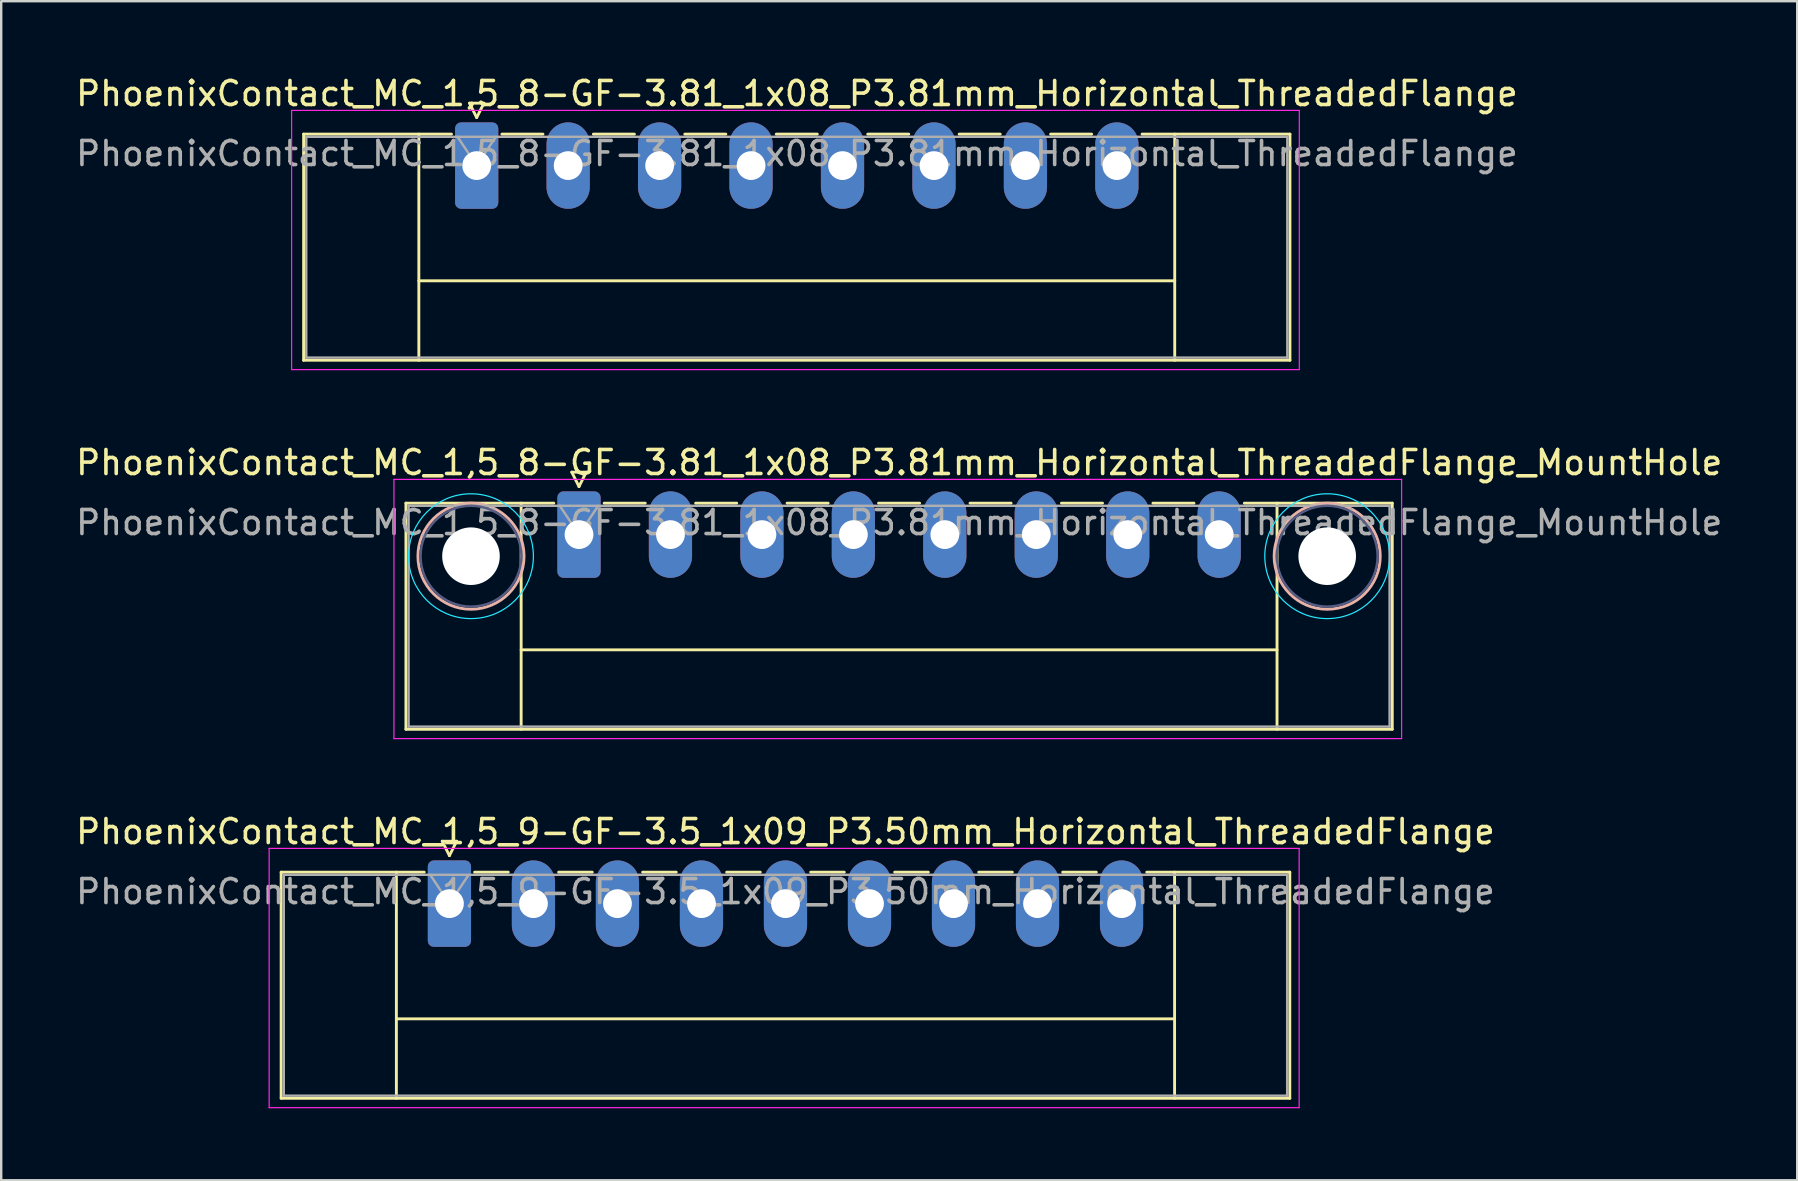
<source format=kicad_pcb>
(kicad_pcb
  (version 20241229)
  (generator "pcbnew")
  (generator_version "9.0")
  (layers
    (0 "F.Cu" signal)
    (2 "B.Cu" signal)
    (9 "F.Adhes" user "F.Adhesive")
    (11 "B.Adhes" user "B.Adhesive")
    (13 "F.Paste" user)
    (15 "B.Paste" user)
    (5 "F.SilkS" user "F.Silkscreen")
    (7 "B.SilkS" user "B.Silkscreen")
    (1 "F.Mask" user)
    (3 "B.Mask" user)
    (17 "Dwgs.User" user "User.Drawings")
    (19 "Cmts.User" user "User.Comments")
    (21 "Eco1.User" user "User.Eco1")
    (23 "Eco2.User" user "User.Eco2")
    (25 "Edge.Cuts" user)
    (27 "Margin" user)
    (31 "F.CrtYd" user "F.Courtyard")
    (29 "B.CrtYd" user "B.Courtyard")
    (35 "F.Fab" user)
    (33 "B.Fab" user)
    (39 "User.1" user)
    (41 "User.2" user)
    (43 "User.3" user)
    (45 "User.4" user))
  (footprint "PhoenixContact_MC_1,5_9-GF-3.5_1x09_P3.50mm_Horizontal_ThreadedFlange"
    (layer "F.Cu")
    (at 15.673 34.595)
    (property "Reference" "PhoenixContact_MC_1,5_9-GF-3.5_1x09_P3.50mm_Horizontal_ThreadedFlange" (at 14 -3 0) (layer "F.SilkS") (effects (font (size 1 1) (thickness 0.15))))
    (attr through_hole)
    (fp_line (start -7.01 -1.31) (end -7.01 8.11) (stroke (width 0.12) (type solid)) (layer "F.SilkS"))
    (fp_line (start -7.01 -1.31) (end -1.05 -1.31) (stroke (width 0.12) (type solid)) (layer "F.SilkS"))
    (fp_line (start -7.01 8.11) (end 35.01 8.11) (stroke (width 0.12) (type solid)) (layer "F.SilkS"))
    (fp_line (start -2.21 -1.31) (end -2.21 8.11) (stroke (width 0.12) (type solid)) (layer "F.SilkS"))
    (fp_line (start -2.21 4.8) (end 30.21 4.8) (stroke (width 0.12) (type solid)) (layer "F.SilkS"))
    (fp_line (start -0.3 -2.6) (end 0.3 -2.6) (stroke (width 0.12) (type solid)) (layer "F.SilkS"))
    (fp_line (start 0 -2) (end -0.3 -2.6) (stroke (width 0.12) (type solid)) (layer "F.SilkS"))
    (fp_line (start 0.3 -2.6) (end 0 -2) (stroke (width 0.12) (type solid)) (layer "F.SilkS"))
    (fp_line (start 1.05 -1.31) (end 2.45 -1.31) (stroke (width 0.12) (type solid)) (layer "F.SilkS"))
    (fp_line (start 4.55 -1.31) (end 5.95 -1.31) (stroke (width 0.12) (type solid)) (layer "F.SilkS"))
    (fp_line (start 8.05 -1.31) (end 9.45 -1.31) (stroke (width 0.12) (type solid)) (layer "F.SilkS"))
    (fp_line (start 11.55 -1.31) (end 12.95 -1.31) (stroke (width 0.12) (type solid)) (layer "F.SilkS"))
    (fp_line (start 15.05 -1.31) (end 16.45 -1.31) (stroke (width 0.12) (type solid)) (layer "F.SilkS"))
    (fp_line (start 18.55 -1.31) (end 19.95 -1.31) (stroke (width 0.12) (type solid)) (layer "F.SilkS"))
    (fp_line (start 22.05 -1.31) (end 23.45 -1.31) (stroke (width 0.12) (type solid)) (layer "F.SilkS"))
    (fp_line (start 25.55 -1.31) (end 26.95 -1.31) (stroke (width 0.12) (type solid)) (layer "F.SilkS"))
    (fp_line (start 30.21 -1.31) (end 30.21 8.11) (stroke (width 0.12) (type solid)) (layer "F.SilkS"))
    (fp_line (start 35.01 -1.31) (end 29.05 -1.31) (stroke (width 0.12) (type solid)) (layer "F.SilkS"))
    (fp_line (start 35.01 8.11) (end 35.01 -1.31) (stroke (width 0.12) (type solid)) (layer "F.SilkS"))
    (fp_line (start -7.51 -2.3) (end -7.51 8.5) (stroke (width 0.05) (type solid)) (layer "F.CrtYd"))
    (fp_line (start -7.51 8.5) (end 35.4 8.5) (stroke (width 0.05) (type solid)) (layer "F.CrtYd"))
    (fp_line (start 35.4 -2.3) (end -7.51 -2.3) (stroke (width 0.05) (type solid)) (layer "F.CrtYd"))
    (fp_line (start 35.4 8.5) (end 35.4 -2.3) (stroke (width 0.05) (type solid)) (layer "F.CrtYd"))
    (fp_line (start -6.9 -1.2) (end -6.9 8) (stroke (width 0.1) (type solid)) (layer "F.Fab"))
    (fp_line (start -6.9 8) (end 34.9 8) (stroke (width 0.1) (type solid)) (layer "F.Fab"))
    (fp_line (start 0 0) (end -0.8 -1.2) (stroke (width 0.1) (type solid)) (layer "F.Fab"))
    (fp_line (start 0.8 -1.2) (end 0 0) (stroke (width 0.1) (type solid)) (layer "F.Fab"))
    (fp_line (start 34.9 -1.2) (end -6.9 -1.2) (stroke (width 0.1) (type solid)) (layer "F.Fab"))
    (fp_line (start 34.9 8) (end 34.9 -1.2) (stroke (width 0.1) (type solid)) (layer "F.Fab"))
    (fp_text user "${REFERENCE}" (at 14 -0.5 0) (layer "F.Fab") (effects (font (size 1 1) (thickness 0.15))))
    (pad "1" thru_hole roundrect (at 0 0) (size 1.8 3.6) (drill 1.2) (layers "*.Cu" "*.Mask") (roundrect_rratio 0.139))
    (pad "2" thru_hole oval (at 3.5 0) (size 1.8 3.6) (drill 1.2) (layers "*.Cu" "*.Mask"))
    (pad "3" thru_hole oval (at 7 0) (size 1.8 3.6) (drill 1.2) (layers "*.Cu" "*.Mask"))
    (pad "4" thru_hole oval (at 10.5 0) (size 1.8 3.6) (drill 1.2) (layers "*.Cu" "*.Mask"))
    (pad "5" thru_hole oval (at 14 0) (size 1.8 3.6) (drill 1.2) (layers "*.Cu" "*.Mask"))
    (pad "6" thru_hole oval (at 17.5 0) (size 1.8 3.6) (drill 1.2) (layers "*.Cu" "*.Mask"))
    (pad "7" thru_hole oval (at 21 0) (size 1.8 3.6) (drill 1.2) (layers "*.Cu" "*.Mask"))
    (pad "8" thru_hole oval (at 24.5 0) (size 1.8 3.6) (drill 1.2) (layers "*.Cu" "*.Mask"))
    (pad "9" thru_hole oval (at 28 0) (size 1.8 3.6) (drill 1.2) (layers "*.Cu" "*.Mask")))
  (footprint "PhoenixContact_MC_1,5_8-GF-3.81_1x08_P3.81mm_Horizontal_ThreadedFlange_MountHole"
    (layer "F.Cu")
    (at 21.071 19.221)
    (property "Reference" "PhoenixContact_MC_1,5_8-GF-3.81_1x08_P3.81mm_Horizontal_ThreadedFlange_MountHole" (at 13.34 -3 0) (layer "F.SilkS") (effects (font (size 1 1) (thickness 0.15))))
    (attr through_hole)
    (fp_line (start -7.21 -1.31) (end -7.21 8.11) (stroke (width 0.12) (type solid)) (layer "F.SilkS"))
    (fp_line (start -7.21 -1.31) (end -1.05 -1.31) (stroke (width 0.12) (type solid)) (layer "F.SilkS"))
    (fp_line (start -7.21 8.11) (end 33.88 8.11) (stroke (width 0.12) (type solid)) (layer "F.SilkS"))
    (fp_line (start -2.41 -1.31) (end -2.41 8.11) (stroke (width 0.12) (type solid)) (layer "F.SilkS"))
    (fp_line (start -2.41 4.8) (end 29.08 4.8) (stroke (width 0.12) (type solid)) (layer "F.SilkS"))
    (fp_line (start -0.3 -2.6) (end 0.3 -2.6) (stroke (width 0.12) (type solid)) (layer "F.SilkS"))
    (fp_line (start 0 -2) (end -0.3 -2.6) (stroke (width 0.12) (type solid)) (layer "F.SilkS"))
    (fp_line (start 0.3 -2.6) (end 0 -2) (stroke (width 0.12) (type solid)) (layer "F.SilkS"))
    (fp_line (start 1.05 -1.31) (end 2.76 -1.31) (stroke (width 0.12) (type solid)) (layer "F.SilkS"))
    (fp_line (start 4.86 -1.31) (end 6.57 -1.31) (stroke (width 0.12) (type solid)) (layer "F.SilkS"))
    (fp_line (start 8.67 -1.31) (end 10.38 -1.31) (stroke (width 0.12) (type solid)) (layer "F.SilkS"))
    (fp_line (start 12.48 -1.31) (end 14.19 -1.31) (stroke (width 0.12) (type solid)) (layer "F.SilkS"))
    (fp_line (start 16.29 -1.31) (end 18 -1.31) (stroke (width 0.12) (type solid)) (layer "F.SilkS"))
    (fp_line (start 20.1 -1.31) (end 21.81 -1.31) (stroke (width 0.12) (type solid)) (layer "F.SilkS"))
    (fp_line (start 23.91 -1.31) (end 25.62 -1.31) (stroke (width 0.12) (type solid)) (layer "F.SilkS"))
    (fp_line (start 29.08 -1.31) (end 29.08 8.11) (stroke (width 0.12) (type solid)) (layer "F.SilkS"))
    (fp_line (start 33.88 -1.31) (end 27.72 -1.31) (stroke (width 0.12) (type solid)) (layer "F.SilkS"))
    (fp_line (start 33.88 8.11) (end 33.88 -1.31) (stroke (width 0.12) (type solid)) (layer "F.SilkS"))
    (fp_circle (center -4.5 0.9) (end -2.29 0.9) (stroke (width 0.12) (type solid)) (fill no) (layer "B.SilkS"))
    (fp_circle (center 31.17 0.9) (end 33.38 0.9) (stroke (width 0.12) (type solid)) (fill no) (layer "B.SilkS"))
    (fp_circle (center -4.5 0.9) (end -1.9 0.9) (stroke (width 0.05) (type solid)) (fill no) (layer "B.CrtYd"))
    (fp_circle (center 31.17 0.9) (end 33.77 0.9) (stroke (width 0.05) (type solid)) (fill no) (layer "B.CrtYd"))
    (fp_line (start -7.71 -2.3) (end -7.71 8.5) (stroke (width 0.05) (type solid)) (layer "F.CrtYd"))
    (fp_line (start -7.71 8.5) (end 34.27 8.5) (stroke (width 0.05) (type solid)) (layer "F.CrtYd"))
    (fp_line (start 34.27 -2.3) (end -7.71 -2.3) (stroke (width 0.05) (type solid)) (layer "F.CrtYd"))
    (fp_line (start 34.27 8.5) (end 34.27 -2.3) (stroke (width 0.05) (type solid)) (layer "F.CrtYd"))
    (fp_circle (center -4.5 0.9) (end -2.4 0.9) (stroke (width 0.1) (type solid)) (fill no) (layer "B.Fab"))
    (fp_circle (center 31.17 0.9) (end 33.27 0.9) (stroke (width 0.1) (type solid)) (fill no) (layer "B.Fab"))
    (fp_line (start -7.1 -1.2) (end -7.1 8) (stroke (width 0.1) (type solid)) (layer "F.Fab"))
    (fp_line (start -7.1 8) (end 33.77 8) (stroke (width 0.1) (type solid)) (layer "F.Fab"))
    (fp_line (start 0 0) (end -0.8 -1.2) (stroke (width 0.1) (type solid)) (layer "F.Fab"))
    (fp_line (start 0.8 -1.2) (end 0 0) (stroke (width 0.1) (type solid)) (layer "F.Fab"))
    (fp_line (start 33.77 -1.2) (end -7.1 -1.2) (stroke (width 0.1) (type solid)) (layer "F.Fab"))
    (fp_line (start 33.77 8) (end 33.77 -1.2) (stroke (width 0.1) (type solid)) (layer "F.Fab"))
    (fp_text user "${REFERENCE}" (at 13.34 -0.5 0) (layer "F.Fab") (effects (font (size 1 1) (thickness 0.15))))
    (pad "" np_thru_hole circle (at -4.5 0.9) (size 2.4 2.4) (drill 2.4) (layers "*.Cu" "*.Mask"))
    (pad "" np_thru_hole circle (at 31.17 0.9) (size 2.4 2.4) (drill 2.4) (layers "*.Cu" "*.Mask"))
    (pad "1" thru_hole roundrect (at 0 0) (size 1.8 3.6) (drill 1.2) (layers "*.Cu" "*.Mask") (roundrect_rratio 0.139))
    (pad "2" thru_hole oval (at 3.81 0) (size 1.8 3.6) (drill 1.2) (layers "*.Cu" "*.Mask"))
    (pad "3" thru_hole oval (at 7.62 0) (size 1.8 3.6) (drill 1.2) (layers "*.Cu" "*.Mask"))
    (pad "4" thru_hole oval (at 11.43 0) (size 1.8 3.6) (drill 1.2) (layers "*.Cu" "*.Mask"))
    (pad "5" thru_hole oval (at 15.24 0) (size 1.8 3.6) (drill 1.2) (layers "*.Cu" "*.Mask"))
    (pad "6" thru_hole oval (at 19.05 0) (size 1.8 3.6) (drill 1.2) (layers "*.Cu" "*.Mask"))
    (pad "7" thru_hole oval (at 22.86 0) (size 1.8 3.6) (drill 1.2) (layers "*.Cu" "*.Mask"))
    (pad "8" thru_hole oval (at 26.67 0) (size 1.8 3.6) (drill 1.2) (layers "*.Cu" "*.Mask")))
  (footprint "PhoenixContact_MC_1,5_8-GF-3.81_1x08_P3.81mm_Horizontal_ThreadedFlange"
    (layer "F.Cu")
    (at 16.809 3.848)
    (property "Reference" "PhoenixContact_MC_1,5_8-GF-3.81_1x08_P3.81mm_Horizontal_ThreadedFlange" (at 13.34 -3 0) (layer "F.SilkS") (effects (font (size 1 1) (thickness 0.15))))
    (attr through_hole)
    (fp_line (start -7.21 -1.31) (end -7.21 8.11) (stroke (width 0.12) (type solid)) (layer "F.SilkS"))
    (fp_line (start -7.21 -1.31) (end -1.05 -1.31) (stroke (width 0.12) (type solid)) (layer "F.SilkS"))
    (fp_line (start -7.21 8.11) (end 33.88 8.11) (stroke (width 0.12) (type solid)) (layer "F.SilkS"))
    (fp_line (start -2.41 -1.31) (end -2.41 8.11) (stroke (width 0.12) (type solid)) (layer "F.SilkS"))
    (fp_line (start -2.41 4.8) (end 29.08 4.8) (stroke (width 0.12) (type solid)) (layer "F.SilkS"))
    (fp_line (start -0.3 -2.6) (end 0.3 -2.6) (stroke (width 0.12) (type solid)) (layer "F.SilkS"))
    (fp_line (start 0 -2) (end -0.3 -2.6) (stroke (width 0.12) (type solid)) (layer "F.SilkS"))
    (fp_line (start 0.3 -2.6) (end 0 -2) (stroke (width 0.12) (type solid)) (layer "F.SilkS"))
    (fp_line (start 1.05 -1.31) (end 2.76 -1.31) (stroke (width 0.12) (type solid)) (layer "F.SilkS"))
    (fp_line (start 4.86 -1.31) (end 6.57 -1.31) (stroke (width 0.12) (type solid)) (layer "F.SilkS"))
    (fp_line (start 8.67 -1.31) (end 10.38 -1.31) (stroke (width 0.12) (type solid)) (layer "F.SilkS"))
    (fp_line (start 12.48 -1.31) (end 14.19 -1.31) (stroke (width 0.12) (type solid)) (layer "F.SilkS"))
    (fp_line (start 16.29 -1.31) (end 18 -1.31) (stroke (width 0.12) (type solid)) (layer "F.SilkS"))
    (fp_line (start 20.1 -1.31) (end 21.81 -1.31) (stroke (width 0.12) (type solid)) (layer "F.SilkS"))
    (fp_line (start 23.91 -1.31) (end 25.62 -1.31) (stroke (width 0.12) (type solid)) (layer "F.SilkS"))
    (fp_line (start 29.08 -1.31) (end 29.08 8.11) (stroke (width 0.12) (type solid)) (layer "F.SilkS"))
    (fp_line (start 33.88 -1.31) (end 27.72 -1.31) (stroke (width 0.12) (type solid)) (layer "F.SilkS"))
    (fp_line (start 33.88 8.11) (end 33.88 -1.31) (stroke (width 0.12) (type solid)) (layer "F.SilkS"))
    (fp_line (start -7.71 -2.3) (end -7.71 8.5) (stroke (width 0.05) (type solid)) (layer "F.CrtYd"))
    (fp_line (start -7.71 8.5) (end 34.27 8.5) (stroke (width 0.05) (type solid)) (layer "F.CrtYd"))
    (fp_line (start 34.27 -2.3) (end -7.71 -2.3) (stroke (width 0.05) (type solid)) (layer "F.CrtYd"))
    (fp_line (start 34.27 8.5) (end 34.27 -2.3) (stroke (width 0.05) (type solid)) (layer "F.CrtYd"))
    (fp_line (start -7.1 -1.2) (end -7.1 8) (stroke (width 0.1) (type solid)) (layer "F.Fab"))
    (fp_line (start -7.1 8) (end 33.77 8) (stroke (width 0.1) (type solid)) (layer "F.Fab"))
    (fp_line (start 0 0) (end -0.8 -1.2) (stroke (width 0.1) (type solid)) (layer "F.Fab"))
    (fp_line (start 0.8 -1.2) (end 0 0) (stroke (width 0.1) (type solid)) (layer "F.Fab"))
    (fp_line (start 33.77 -1.2) (end -7.1 -1.2) (stroke (width 0.1) (type solid)) (layer "F.Fab"))
    (fp_line (start 33.77 8) (end 33.77 -1.2) (stroke (width 0.1) (type solid)) (layer "F.Fab"))
    (fp_text user "${REFERENCE}" (at 13.34 -0.5 0) (layer "F.Fab") (effects (font (size 1 1) (thickness 0.15))))
    (pad "1" thru_hole roundrect (at 0 0) (size 1.8 3.6) (drill 1.2) (layers "*.Cu" "*.Mask") (roundrect_rratio 0.139))
    (pad "2" thru_hole oval (at 3.81 0) (size 1.8 3.6) (drill 1.2) (layers "*.Cu" "*.Mask"))
    (pad "3" thru_hole oval (at 7.62 0) (size 1.8 3.6) (drill 1.2) (layers "*.Cu" "*.Mask"))
    (pad "4" thru_hole oval (at 11.43 0) (size 1.8 3.6) (drill 1.2) (layers "*.Cu" "*.Mask"))
    (pad "5" thru_hole oval (at 15.24 0) (size 1.8 3.6) (drill 1.2) (layers "*.Cu" "*.Mask"))
    (pad "6" thru_hole oval (at 19.05 0) (size 1.8 3.6) (drill 1.2) (layers "*.Cu" "*.Mask"))
    (pad "7" thru_hole oval (at 22.86 0) (size 1.8 3.6) (drill 1.2) (layers "*.Cu" "*.Mask"))
    (pad "8" thru_hole oval (at 26.67 0) (size 1.8 3.6) (drill 1.2) (layers "*.Cu" "*.Mask")))
  (gr_rect
    (start -3 -3)
    (end 71.821 46.12)
    (stroke (width 0.1) (type default))
    (fill no)
    (layer "Edge.Cuts")))
</source>
